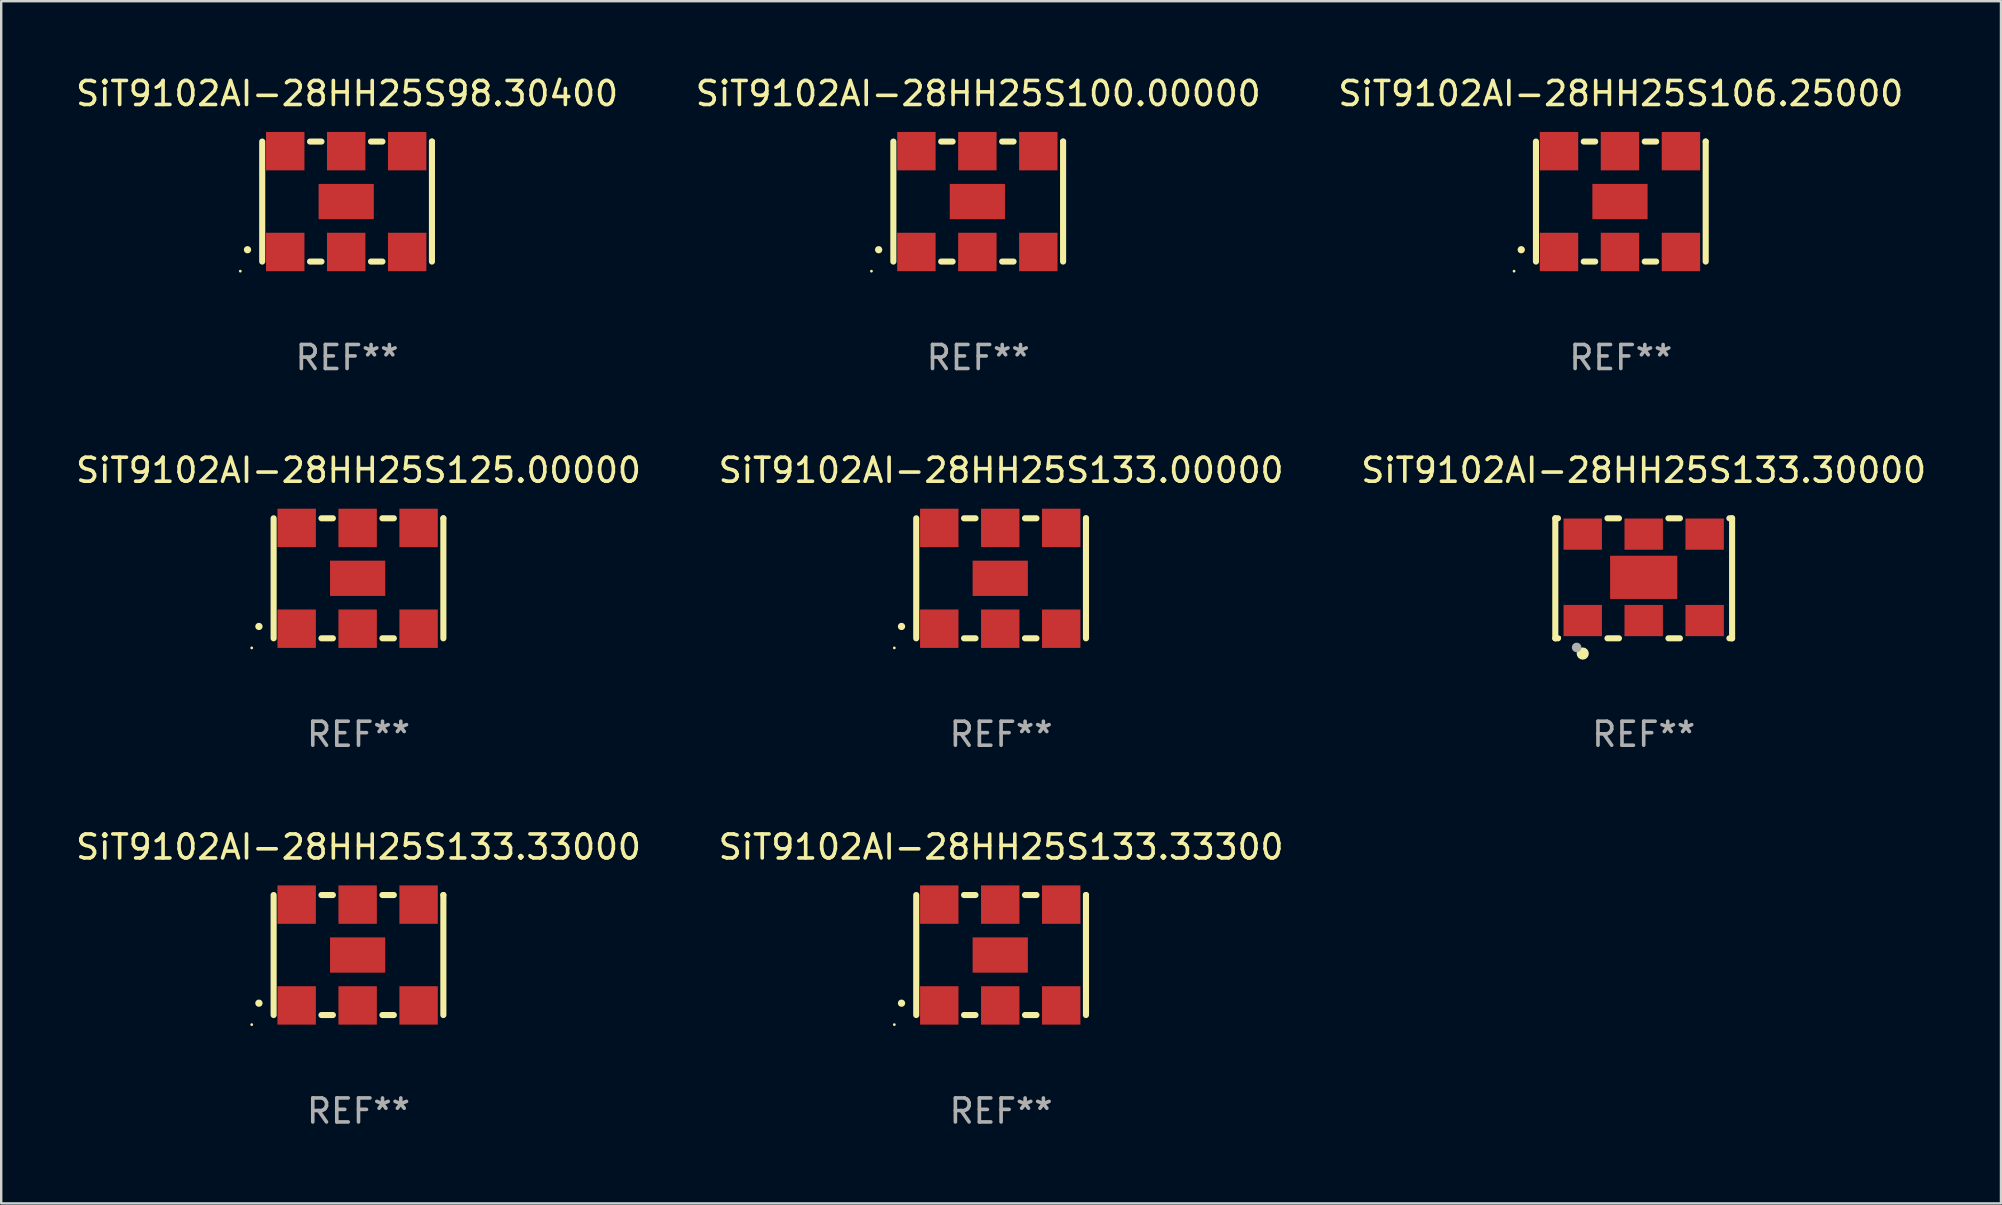
<source format=kicad_pcb>
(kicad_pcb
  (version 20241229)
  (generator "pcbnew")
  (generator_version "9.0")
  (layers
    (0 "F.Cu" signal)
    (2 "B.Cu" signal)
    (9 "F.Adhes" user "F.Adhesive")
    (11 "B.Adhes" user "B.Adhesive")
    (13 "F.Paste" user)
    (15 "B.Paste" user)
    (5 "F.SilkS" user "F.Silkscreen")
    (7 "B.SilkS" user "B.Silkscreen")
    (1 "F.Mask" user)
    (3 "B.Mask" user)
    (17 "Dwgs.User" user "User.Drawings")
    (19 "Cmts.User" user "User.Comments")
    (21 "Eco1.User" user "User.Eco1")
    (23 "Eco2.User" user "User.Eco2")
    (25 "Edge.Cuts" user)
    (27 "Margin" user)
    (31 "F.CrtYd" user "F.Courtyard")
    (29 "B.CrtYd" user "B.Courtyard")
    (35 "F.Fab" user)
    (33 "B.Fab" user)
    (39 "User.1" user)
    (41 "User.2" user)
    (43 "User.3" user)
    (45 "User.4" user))
  (footprint "SiT9102AI-28HH25S133.30000"
    (layer "F.Cu")
    (at 65.435 21.045)
    (property "Reference" "SiT9102AI-28HH25S133.30000" (at 0 -4.5 0) (layer "F.SilkS") (effects (font (size 1 1) (thickness 0.15))))
    (attr through_hole)
    (fp_line (start -3.683 -2.5) (end -3.571 -2.5) (stroke (width 0.254) (type solid)) (layer "F.SilkS"))
    (fp_line (start -3.683 2.5) (end -3.683 -2.5) (stroke (width 0.254) (type solid)) (layer "F.SilkS"))
    (fp_line (start -3.683 2.5) (end -3.571 2.5) (stroke (width 0.254) (type solid)) (layer "F.SilkS"))
    (fp_line (start -1.509 -2.5) (end -1.031 -2.5) (stroke (width 0.254) (type solid)) (layer "F.SilkS"))
    (fp_line (start -1.509 2.5) (end -1.031 2.5) (stroke (width 0.254) (type solid)) (layer "F.SilkS"))
    (fp_line (start 1.031 -2.5) (end 1.509 -2.5) (stroke (width 0.254) (type solid)) (layer "F.SilkS"))
    (fp_line (start 1.031 2.5) (end 1.509 2.5) (stroke (width 0.254) (type solid)) (layer "F.SilkS"))
    (fp_line (start 3.571 -2.5) (end 3.683 -2.5) (stroke (width 0.254) (type solid)) (layer "F.SilkS"))
    (fp_line (start 3.571 2.5) (end 3.683 2.5) (stroke (width 0.254) (type solid)) (layer "F.SilkS"))
    (fp_line (start 3.683 2.5) (end 3.683 -2.5) (stroke (width 0.254) (type solid)) (layer "F.SilkS"))
    (fp_circle (center -3.5 2.46) (end -3.47 2.46) (stroke (width 0.06) (type solid)) (fill no) (layer "F.SilkS"))
    (fp_circle (center -2.54 3.135) (end -2.413 3.135) (stroke (width 0.254) (type solid)) (fill no) (layer "F.SilkS"))
    (fp_circle (center -2.794 2.881) (end -2.694 2.881) (stroke (width 0.2) (type solid)) (fill no) (layer "F.Fab"))
    (fp_text user "REF**" (at 0 6.5 0) (layer "F.Fab") (effects (font (size 1 1) (thickness 0.15))))
    (pad "1" smd rect (at -2.54 1.76) (size 1.6 1.3) (layers "F.Cu" "F.Mask" "F.Paste"))
    (pad "2" smd rect (at 0 1.76) (size 1.6 1.3) (layers "F.Cu" "F.Mask" "F.Paste"))
    (pad "3" smd rect (at 2.54 1.76) (size 1.6 1.3) (layers "F.Cu" "F.Mask" "F.Paste"))
    (pad "4" smd rect (at 2.54 -1.84) (size 1.6 1.3) (layers "F.Cu" "F.Mask" "F.Paste"))
    (pad "5" smd rect (at 0 -1.84) (size 1.6 1.3) (layers "F.Cu" "F.Mask" "F.Paste"))
    (pad "6" smd rect (at -2.54 -1.84) (size 1.6 1.3) (layers "F.Cu" "F.Mask" "F.Paste"))
    (pad "7" smd rect (at 0 -0.04) (size 2.8 1.8) (layers "F.Cu" "F.Mask" "F.Paste")))
  (footprint "SiT9102AI-28HH25S98.30400"
    (layer "F.Cu")
    (at 11.411 5.348)
    (property "Reference" "SiT9102AI-28HH25S98.30400" (at 0 -4.5 0) (layer "F.SilkS") (effects (font (size 1 1) (thickness 0.15))))
    (attr through_hole)
    (fp_line (start -3.536 -2.5) (end -3.536 2.5) (stroke (width 0.254) (type solid)) (layer "F.SilkS"))
    (fp_line (start -1.544 2.5) (end -1.067 2.5) (stroke (width 0.254) (type solid)) (layer "F.SilkS"))
    (fp_line (start -1.067 -2.5) (end -1.544 -2.5) (stroke (width 0.254) (type solid)) (layer "F.SilkS"))
    (fp_line (start 0.996 2.5) (end 1.473 2.5) (stroke (width 0.254) (type solid)) (layer "F.SilkS"))
    (fp_line (start 1.473 -2.5) (end 0.996 -2.5) (stroke (width 0.254) (type solid)) (layer "F.SilkS"))
    (fp_line (start 3.536 -2.5) (end 3.536 -2.5) (stroke (width 0.254) (type solid)) (layer "F.SilkS"))
    (fp_line (start 3.536 2.5) (end 3.536 -2.5) (stroke (width 0.254) (type solid)) (layer "F.SilkS"))
    (fp_arc (start -4.150432 2.006604) (mid -4.149162 2.006599) (end -4.147892 2.006604) (stroke (width 0.3) (type solid)) (layer "F.SilkS"))
    (fp_circle (center -4.449 2.9) (end -4.419 2.9) (stroke (width 0.06) (type solid)) (fill no) (layer "F.SilkS"))
    (fp_text user "REF**" (at 0 6.5 0) (layer "F.Fab") (effects (font (size 1 1) (thickness 0.15))))
    (pad "1" smd rect (at -2.576 2.1) (size 1.6 1.6) (layers "F.Cu" "F.Mask" "F.Paste"))
    (pad "2" smd rect (at -0.036 2.1) (size 1.6 1.6) (layers "F.Cu" "F.Mask" "F.Paste"))
    (pad "3" smd rect (at 2.504 2.1) (size 1.6 1.6) (layers "F.Cu" "F.Mask" "F.Paste"))
    (pad "4" smd rect (at 2.504 -2.1) (size 1.6 1.6) (layers "F.Cu" "F.Mask" "F.Paste"))
    (pad "5" smd rect (at -0.036 -2.1) (size 1.6 1.6) (layers "F.Cu" "F.Mask" "F.Paste"))
    (pad "6" smd rect (at -2.576 -2.1) (size 1.6 1.6) (layers "F.Cu" "F.Mask" "F.Paste"))
    (pad "7" smd rect (at -0.036 0) (size 2.3 1.47) (layers "F.Cu" "F.Mask" "F.Paste")))
  (footprint "SiT9102AI-28HH25S133.33000"
    (layer "F.Cu")
    (at 11.887 36.741)
    (property "Reference" "SiT9102AI-28HH25S133.33000" (at 0 -4.5 0) (layer "F.SilkS") (effects (font (size 1 1) (thickness 0.15))))
    (attr through_hole)
    (fp_line (start -3.536 -2.5) (end -3.536 2.5) (stroke (width 0.254) (type solid)) (layer "F.SilkS"))
    (fp_line (start -1.544 2.5) (end -1.067 2.5) (stroke (width 0.254) (type solid)) (layer "F.SilkS"))
    (fp_line (start -1.067 -2.5) (end -1.544 -2.5) (stroke (width 0.254) (type solid)) (layer "F.SilkS"))
    (fp_line (start 0.996 2.5) (end 1.473 2.5) (stroke (width 0.254) (type solid)) (layer "F.SilkS"))
    (fp_line (start 1.473 -2.5) (end 0.996 -2.5) (stroke (width 0.254) (type solid)) (layer "F.SilkS"))
    (fp_line (start 3.536 -2.5) (end 3.536 -2.5) (stroke (width 0.254) (type solid)) (layer "F.SilkS"))
    (fp_line (start 3.536 2.5) (end 3.536 -2.5) (stroke (width 0.254) (type solid)) (layer "F.SilkS"))
    (fp_arc (start -4.150432 2.006604) (mid -4.149162 2.006599) (end -4.147892 2.006604) (stroke (width 0.3) (type solid)) (layer "F.SilkS"))
    (fp_circle (center -4.449 2.9) (end -4.419 2.9) (stroke (width 0.06) (type solid)) (fill no) (layer "F.SilkS"))
    (fp_text user "REF**" (at 0 6.5 0) (layer "F.Fab") (effects (font (size 1 1) (thickness 0.15))))
    (pad "1" smd rect (at -2.576 2.1) (size 1.6 1.6) (layers "F.Cu" "F.Mask" "F.Paste"))
    (pad "2" smd rect (at -0.036 2.1) (size 1.6 1.6) (layers "F.Cu" "F.Mask" "F.Paste"))
    (pad "3" smd rect (at 2.504 2.1) (size 1.6 1.6) (layers "F.Cu" "F.Mask" "F.Paste"))
    (pad "4" smd rect (at 2.504 -2.1) (size 1.6 1.6) (layers "F.Cu" "F.Mask" "F.Paste"))
    (pad "5" smd rect (at -0.036 -2.1) (size 1.6 1.6) (layers "F.Cu" "F.Mask" "F.Paste"))
    (pad "6" smd rect (at -2.576 -2.1) (size 1.6 1.6) (layers "F.Cu" "F.Mask" "F.Paste"))
    (pad "7" smd rect (at -0.036 0) (size 2.3 1.47) (layers "F.Cu" "F.Mask" "F.Paste")))
  (footprint "SiT9102AI-28HH25S125.00000"
    (layer "F.Cu")
    (at 11.887 21.045)
    (property "Reference" "SiT9102AI-28HH25S125.00000" (at 0 -4.5 0) (layer "F.SilkS") (effects (font (size 1 1) (thickness 0.15))))
    (attr through_hole)
    (fp_line (start -3.536 -2.5) (end -3.536 2.5) (stroke (width 0.254) (type solid)) (layer "F.SilkS"))
    (fp_line (start -1.544 2.5) (end -1.067 2.5) (stroke (width 0.254) (type solid)) (layer "F.SilkS"))
    (fp_line (start -1.067 -2.5) (end -1.544 -2.5) (stroke (width 0.254) (type solid)) (layer "F.SilkS"))
    (fp_line (start 0.996 2.5) (end 1.473 2.5) (stroke (width 0.254) (type solid)) (layer "F.SilkS"))
    (fp_line (start 1.473 -2.5) (end 0.996 -2.5) (stroke (width 0.254) (type solid)) (layer "F.SilkS"))
    (fp_line (start 3.536 -2.5) (end 3.536 -2.5) (stroke (width 0.254) (type solid)) (layer "F.SilkS"))
    (fp_line (start 3.536 2.5) (end 3.536 -2.5) (stroke (width 0.254) (type solid)) (layer "F.SilkS"))
    (fp_arc (start -4.150432 2.006604) (mid -4.149162 2.006599) (end -4.147892 2.006604) (stroke (width 0.3) (type solid)) (layer "F.SilkS"))
    (fp_circle (center -4.449 2.9) (end -4.419 2.9) (stroke (width 0.06) (type solid)) (fill no) (layer "F.SilkS"))
    (fp_text user "REF**" (at 0 6.5 0) (layer "F.Fab") (effects (font (size 1 1) (thickness 0.15))))
    (pad "1" smd rect (at -2.576 2.1) (size 1.6 1.6) (layers "F.Cu" "F.Mask" "F.Paste"))
    (pad "2" smd rect (at -0.036 2.1) (size 1.6 1.6) (layers "F.Cu" "F.Mask" "F.Paste"))
    (pad "3" smd rect (at 2.504 2.1) (size 1.6 1.6) (layers "F.Cu" "F.Mask" "F.Paste"))
    (pad "4" smd rect (at 2.504 -2.1) (size 1.6 1.6) (layers "F.Cu" "F.Mask" "F.Paste"))
    (pad "5" smd rect (at -0.036 -2.1) (size 1.6 1.6) (layers "F.Cu" "F.Mask" "F.Paste"))
    (pad "6" smd rect (at -2.576 -2.1) (size 1.6 1.6) (layers "F.Cu" "F.Mask" "F.Paste"))
    (pad "7" smd rect (at -0.036 0) (size 2.3 1.47) (layers "F.Cu" "F.Mask" "F.Paste")))
  (footprint "SiT9102AI-28HH25S106.25000"
    (layer "F.Cu")
    (at 64.482 5.348)
    (property "Reference" "SiT9102AI-28HH25S106.25000" (at 0 -4.5 0) (layer "F.SilkS") (effects (font (size 1 1) (thickness 0.15))))
    (attr through_hole)
    (fp_line (start -3.536 -2.5) (end -3.536 2.5) (stroke (width 0.254) (type solid)) (layer "F.SilkS"))
    (fp_line (start -1.544 2.5) (end -1.067 2.5) (stroke (width 0.254) (type solid)) (layer "F.SilkS"))
    (fp_line (start -1.067 -2.5) (end -1.544 -2.5) (stroke (width 0.254) (type solid)) (layer "F.SilkS"))
    (fp_line (start 0.996 2.5) (end 1.473 2.5) (stroke (width 0.254) (type solid)) (layer "F.SilkS"))
    (fp_line (start 1.473 -2.5) (end 0.996 -2.5) (stroke (width 0.254) (type solid)) (layer "F.SilkS"))
    (fp_line (start 3.536 -2.5) (end 3.536 -2.5) (stroke (width 0.254) (type solid)) (layer "F.SilkS"))
    (fp_line (start 3.536 2.5) (end 3.536 -2.5) (stroke (width 0.254) (type solid)) (layer "F.SilkS"))
    (fp_arc (start -4.150432 2.006604) (mid -4.149162 2.006599) (end -4.147892 2.006604) (stroke (width 0.3) (type solid)) (layer "F.SilkS"))
    (fp_circle (center -4.449 2.9) (end -4.419 2.9) (stroke (width 0.06) (type solid)) (fill no) (layer "F.SilkS"))
    (fp_text user "REF**" (at 0 6.5 0) (layer "F.Fab") (effects (font (size 1 1) (thickness 0.15))))
    (pad "1" smd rect (at -2.576 2.1) (size 1.6 1.6) (layers "F.Cu" "F.Mask" "F.Paste"))
    (pad "2" smd rect (at -0.036 2.1) (size 1.6 1.6) (layers "F.Cu" "F.Mask" "F.Paste"))
    (pad "3" smd rect (at 2.504 2.1) (size 1.6 1.6) (layers "F.Cu" "F.Mask" "F.Paste"))
    (pad "4" smd rect (at 2.504 -2.1) (size 1.6 1.6) (layers "F.Cu" "F.Mask" "F.Paste"))
    (pad "5" smd rect (at -0.036 -2.1) (size 1.6 1.6) (layers "F.Cu" "F.Mask" "F.Paste"))
    (pad "6" smd rect (at -2.576 -2.1) (size 1.6 1.6) (layers "F.Cu" "F.Mask" "F.Paste"))
    (pad "7" smd rect (at -0.036 0) (size 2.3 1.47) (layers "F.Cu" "F.Mask" "F.Paste")))
  (footprint "SiT9102AI-28HH25S133.33300"
    (layer "F.Cu")
    (at 38.661 36.741)
    (property "Reference" "SiT9102AI-28HH25S133.33300" (at 0 -4.5 0) (layer "F.SilkS") (effects (font (size 1 1) (thickness 0.15))))
    (attr through_hole)
    (fp_line (start -3.536 -2.5) (end -3.536 2.5) (stroke (width 0.254) (type solid)) (layer "F.SilkS"))
    (fp_line (start -1.544 2.5) (end -1.067 2.5) (stroke (width 0.254) (type solid)) (layer "F.SilkS"))
    (fp_line (start -1.067 -2.5) (end -1.544 -2.5) (stroke (width 0.254) (type solid)) (layer "F.SilkS"))
    (fp_line (start 0.996 2.5) (end 1.473 2.5) (stroke (width 0.254) (type solid)) (layer "F.SilkS"))
    (fp_line (start 1.473 -2.5) (end 0.996 -2.5) (stroke (width 0.254) (type solid)) (layer "F.SilkS"))
    (fp_line (start 3.536 -2.5) (end 3.536 -2.5) (stroke (width 0.254) (type solid)) (layer "F.SilkS"))
    (fp_line (start 3.536 2.5) (end 3.536 -2.5) (stroke (width 0.254) (type solid)) (layer "F.SilkS"))
    (fp_arc (start -4.150432 2.006604) (mid -4.149162 2.006599) (end -4.147892 2.006604) (stroke (width 0.3) (type solid)) (layer "F.SilkS"))
    (fp_circle (center -4.449 2.9) (end -4.419 2.9) (stroke (width 0.06) (type solid)) (fill no) (layer "F.SilkS"))
    (fp_text user "REF**" (at 0 6.5 0) (layer "F.Fab") (effects (font (size 1 1) (thickness 0.15))))
    (pad "1" smd rect (at -2.576 2.1) (size 1.6 1.6) (layers "F.Cu" "F.Mask" "F.Paste"))
    (pad "2" smd rect (at -0.036 2.1) (size 1.6 1.6) (layers "F.Cu" "F.Mask" "F.Paste"))
    (pad "3" smd rect (at 2.504 2.1) (size 1.6 1.6) (layers "F.Cu" "F.Mask" "F.Paste"))
    (pad "4" smd rect (at 2.504 -2.1) (size 1.6 1.6) (layers "F.Cu" "F.Mask" "F.Paste"))
    (pad "5" smd rect (at -0.036 -2.1) (size 1.6 1.6) (layers "F.Cu" "F.Mask" "F.Paste"))
    (pad "6" smd rect (at -2.576 -2.1) (size 1.6 1.6) (layers "F.Cu" "F.Mask" "F.Paste"))
    (pad "7" smd rect (at -0.036 0) (size 2.3 1.47) (layers "F.Cu" "F.Mask" "F.Paste")))
  (footprint "SiT9102AI-28HH25S133.00000"
    (layer "F.Cu")
    (at 38.661 21.045)
    (property "Reference" "SiT9102AI-28HH25S133.00000" (at 0 -4.5 0) (layer "F.SilkS") (effects (font (size 1 1) (thickness 0.15))))
    (attr through_hole)
    (fp_line (start -3.536 -2.5) (end -3.536 2.5) (stroke (width 0.254) (type solid)) (layer "F.SilkS"))
    (fp_line (start -1.544 2.5) (end -1.067 2.5) (stroke (width 0.254) (type solid)) (layer "F.SilkS"))
    (fp_line (start -1.067 -2.5) (end -1.544 -2.5) (stroke (width 0.254) (type solid)) (layer "F.SilkS"))
    (fp_line (start 0.996 2.5) (end 1.473 2.5) (stroke (width 0.254) (type solid)) (layer "F.SilkS"))
    (fp_line (start 1.473 -2.5) (end 0.996 -2.5) (stroke (width 0.254) (type solid)) (layer "F.SilkS"))
    (fp_line (start 3.536 -2.5) (end 3.536 -2.5) (stroke (width 0.254) (type solid)) (layer "F.SilkS"))
    (fp_line (start 3.536 2.5) (end 3.536 -2.5) (stroke (width 0.254) (type solid)) (layer "F.SilkS"))
    (fp_arc (start -4.150432 2.006604) (mid -4.149162 2.006599) (end -4.147892 2.006604) (stroke (width 0.3) (type solid)) (layer "F.SilkS"))
    (fp_circle (center -4.449 2.9) (end -4.419 2.9) (stroke (width 0.06) (type solid)) (fill no) (layer "F.SilkS"))
    (fp_text user "REF**" (at 0 6.5 0) (layer "F.Fab") (effects (font (size 1 1) (thickness 0.15))))
    (pad "1" smd rect (at -2.576 2.1) (size 1.6 1.6) (layers "F.Cu" "F.Mask" "F.Paste"))
    (pad "2" smd rect (at -0.036 2.1) (size 1.6 1.6) (layers "F.Cu" "F.Mask" "F.Paste"))
    (pad "3" smd rect (at 2.504 2.1) (size 1.6 1.6) (layers "F.Cu" "F.Mask" "F.Paste"))
    (pad "4" smd rect (at 2.504 -2.1) (size 1.6 1.6) (layers "F.Cu" "F.Mask" "F.Paste"))
    (pad "5" smd rect (at -0.036 -2.1) (size 1.6 1.6) (layers "F.Cu" "F.Mask" "F.Paste"))
    (pad "6" smd rect (at -2.576 -2.1) (size 1.6 1.6) (layers "F.Cu" "F.Mask" "F.Paste"))
    (pad "7" smd rect (at -0.036 0) (size 2.3 1.47) (layers "F.Cu" "F.Mask" "F.Paste")))
  (footprint "SiT9102AI-28HH25S100.00000"
    (layer "F.Cu")
    (at 37.708 5.348)
    (property "Reference" "SiT9102AI-28HH25S100.00000" (at 0 -4.5 0) (layer "F.SilkS") (effects (font (size 1 1) (thickness 0.15))))
    (attr through_hole)
    (fp_line (start -3.536 -2.5) (end -3.536 2.5) (stroke (width 0.254) (type solid)) (layer "F.SilkS"))
    (fp_line (start -1.544 2.5) (end -1.067 2.5) (stroke (width 0.254) (type solid)) (layer "F.SilkS"))
    (fp_line (start -1.067 -2.5) (end -1.544 -2.5) (stroke (width 0.254) (type solid)) (layer "F.SilkS"))
    (fp_line (start 0.996 2.5) (end 1.473 2.5) (stroke (width 0.254) (type solid)) (layer "F.SilkS"))
    (fp_line (start 1.473 -2.5) (end 0.996 -2.5) (stroke (width 0.254) (type solid)) (layer "F.SilkS"))
    (fp_line (start 3.536 -2.5) (end 3.536 -2.5) (stroke (width 0.254) (type solid)) (layer "F.SilkS"))
    (fp_line (start 3.536 2.5) (end 3.536 -2.5) (stroke (width 0.254) (type solid)) (layer "F.SilkS"))
    (fp_arc (start -4.150432 2.006604) (mid -4.149162 2.006599) (end -4.147892 2.006604) (stroke (width 0.3) (type solid)) (layer "F.SilkS"))
    (fp_circle (center -4.449 2.9) (end -4.419 2.9) (stroke (width 0.06) (type solid)) (fill no) (layer "F.SilkS"))
    (fp_text user "REF**" (at 0 6.5 0) (layer "F.Fab") (effects (font (size 1 1) (thickness 0.15))))
    (pad "1" smd rect (at -2.576 2.1) (size 1.6 1.6) (layers "F.Cu" "F.Mask" "F.Paste"))
    (pad "2" smd rect (at -0.036 2.1) (size 1.6 1.6) (layers "F.Cu" "F.Mask" "F.Paste"))
    (pad "3" smd rect (at 2.504 2.1) (size 1.6 1.6) (layers "F.Cu" "F.Mask" "F.Paste"))
    (pad "4" smd rect (at 2.504 -2.1) (size 1.6 1.6) (layers "F.Cu" "F.Mask" "F.Paste"))
    (pad "5" smd rect (at -0.036 -2.1) (size 1.6 1.6) (layers "F.Cu" "F.Mask" "F.Paste"))
    (pad "6" smd rect (at -2.576 -2.1) (size 1.6 1.6) (layers "F.Cu" "F.Mask" "F.Paste"))
    (pad "7" smd rect (at -0.036 0) (size 2.3 1.47) (layers "F.Cu" "F.Mask" "F.Paste")))
  (gr_rect
    (start -3 -3)
    (end 80.321 47.09)
    (stroke (width 0.1) (type default))
    (fill no)
    (layer "Edge.Cuts")))
</source>
